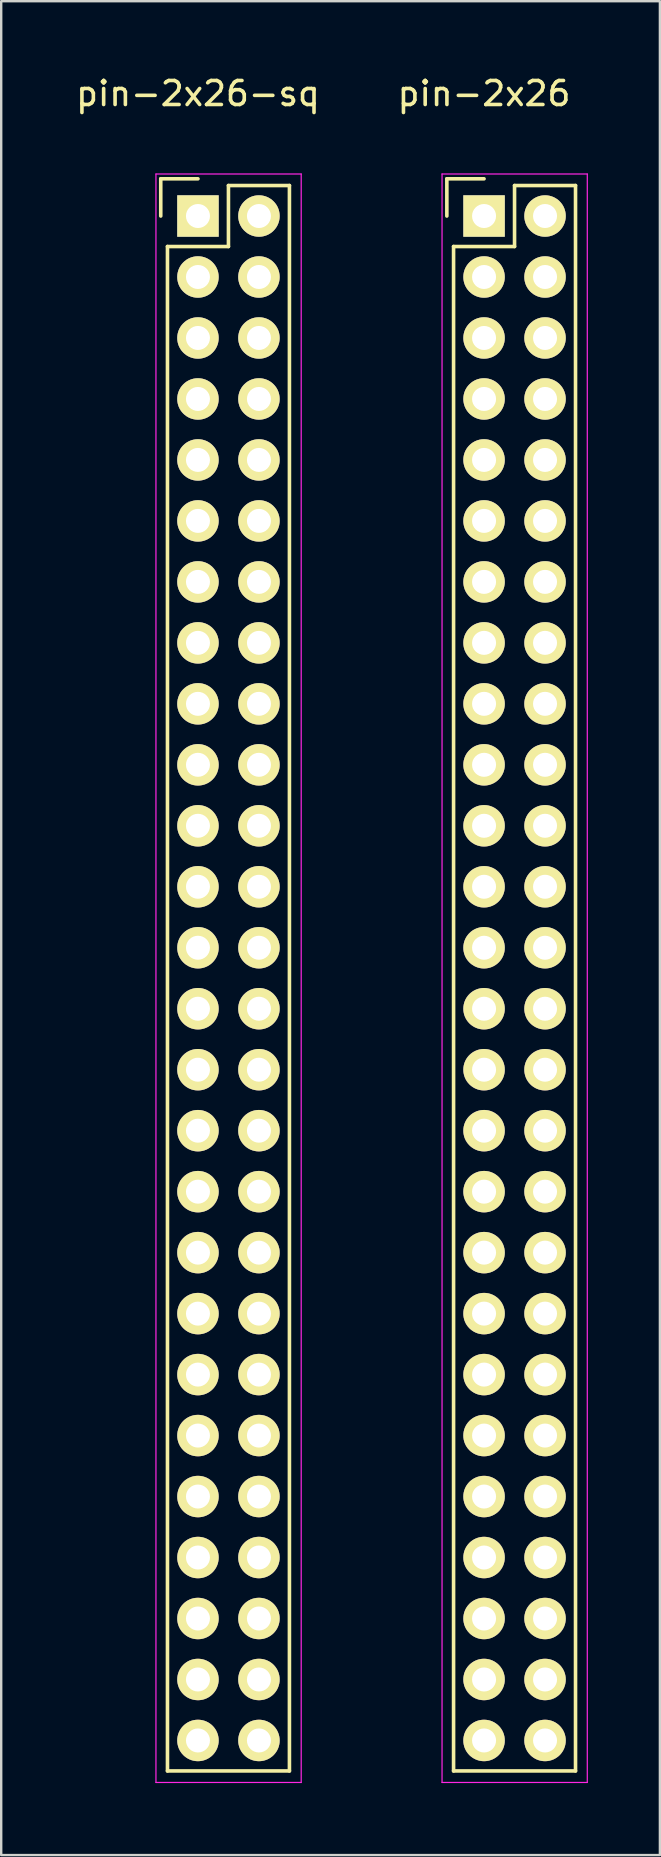
<source format=kicad_pcb>
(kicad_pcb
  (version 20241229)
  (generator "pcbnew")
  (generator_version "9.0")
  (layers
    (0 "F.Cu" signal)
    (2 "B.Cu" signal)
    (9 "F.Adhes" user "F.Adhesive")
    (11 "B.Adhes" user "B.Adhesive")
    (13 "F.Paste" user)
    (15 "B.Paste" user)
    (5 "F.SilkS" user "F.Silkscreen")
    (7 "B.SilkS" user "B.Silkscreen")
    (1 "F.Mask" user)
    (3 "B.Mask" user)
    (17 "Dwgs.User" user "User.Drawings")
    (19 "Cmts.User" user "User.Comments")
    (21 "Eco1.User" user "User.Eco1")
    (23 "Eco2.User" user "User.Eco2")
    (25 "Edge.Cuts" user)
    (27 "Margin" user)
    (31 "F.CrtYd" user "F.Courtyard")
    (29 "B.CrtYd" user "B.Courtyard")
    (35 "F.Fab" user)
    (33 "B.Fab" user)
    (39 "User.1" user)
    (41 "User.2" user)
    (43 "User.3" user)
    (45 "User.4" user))
  (footprint "pin-2x26-sq"
    (layer "F.Cu")
    (at 5.196 5.948)
    (property "Reference" "pin-2x26-sq" (at 0 -5.1 0) (layer "F.SilkS") (effects (font (size 1 1) (thickness 0.15))))
    (attr through_hole)
    (fp_line (start -1.55 -1.55) (end -1.55 0) (stroke (width 0.15) (type solid)) (layer "F.SilkS"))
    (fp_line (start -1.27 64.77) (end -1.27 1.27) (stroke (width 0.15) (type solid)) (layer "F.SilkS"))
    (fp_line (start 0 -1.55) (end -1.55 -1.55) (stroke (width 0.15) (type solid)) (layer "F.SilkS"))
    (fp_line (start 1.27 -1.27) (end 1.27 1.27) (stroke (width 0.15) (type solid)) (layer "F.SilkS"))
    (fp_line (start 1.27 1.27) (end -1.27 1.27) (stroke (width 0.15) (type solid)) (layer "F.SilkS"))
    (fp_line (start 3.81 -1.27) (end 1.27 -1.27) (stroke (width 0.15) (type solid)) (layer "F.SilkS"))
    (fp_line (start 3.81 -1.27) (end 3.81 64.77) (stroke (width 0.15) (type solid)) (layer "F.SilkS"))
    (fp_line (start 3.81 64.77) (end -1.27 64.77) (stroke (width 0.15) (type solid)) (layer "F.SilkS"))
    (fp_line (start -1.75 -1.75) (end -1.75 65.25) (stroke (width 0.05) (type solid)) (layer "F.CrtYd"))
    (fp_line (start -1.75 -1.75) (end 4.3 -1.75) (stroke (width 0.05) (type solid)) (layer "F.CrtYd"))
    (fp_line (start -1.75 65.25) (end 4.3 65.25) (stroke (width 0.05) (type solid)) (layer "F.CrtYd"))
    (fp_line (start 4.3 -1.75) (end 4.3 65.25) (stroke (width 0.05) (type solid)) (layer "F.CrtYd"))
    (pad "1" thru_hole rect (at 0 0) (size 1.727 1.727) (drill 1) (layers "*.Cu" "*.Mask" "F.SilkS"))
    (pad "2" thru_hole oval (at 2.54 0) (size 1.727 1.727) (drill 1) (layers "*.Cu" "*.Mask" "F.SilkS"))
    (pad "3" thru_hole oval (at 0 2.54) (size 1.727 1.727) (drill 1) (layers "*.Cu" "*.Mask" "F.SilkS"))
    (pad "4" thru_hole oval (at 2.54 2.54) (size 1.727 1.727) (drill 1) (layers "*.Cu" "*.Mask" "F.SilkS"))
    (pad "5" thru_hole oval (at 0 5.08) (size 1.727 1.727) (drill 1) (layers "*.Cu" "*.Mask" "F.SilkS"))
    (pad "6" thru_hole oval (at 2.54 5.08) (size 1.727 1.727) (drill 1) (layers "*.Cu" "*.Mask" "F.SilkS"))
    (pad "7" thru_hole oval (at 0 7.62) (size 1.727 1.727) (drill 1) (layers "*.Cu" "*.Mask" "F.SilkS"))
    (pad "8" thru_hole oval (at 2.54 7.62) (size 1.727 1.727) (drill 1) (layers "*.Cu" "*.Mask" "F.SilkS"))
    (pad "9" thru_hole oval (at 0 10.16) (size 1.727 1.727) (drill 1) (layers "*.Cu" "*.Mask" "F.SilkS"))
    (pad "10" thru_hole oval (at 2.54 10.16) (size 1.727 1.727) (drill 1) (layers "*.Cu" "*.Mask" "F.SilkS"))
    (pad "11" thru_hole oval (at 0 12.7) (size 1.727 1.727) (drill 1) (layers "*.Cu" "*.Mask" "F.SilkS"))
    (pad "12" thru_hole oval (at 2.54 12.7) (size 1.727 1.727) (drill 1) (layers "*.Cu" "*.Mask" "F.SilkS"))
    (pad "13" thru_hole oval (at 0 15.24) (size 1.727 1.727) (drill 1) (layers "*.Cu" "*.Mask" "F.SilkS"))
    (pad "14" thru_hole oval (at 2.54 15.24) (size 1.727 1.727) (drill 1) (layers "*.Cu" "*.Mask" "F.SilkS"))
    (pad "15" thru_hole oval (at 0 17.78) (size 1.727 1.727) (drill 1) (layers "*.Cu" "*.Mask" "F.SilkS"))
    (pad "16" thru_hole oval (at 2.54 17.78) (size 1.727 1.727) (drill 1) (layers "*.Cu" "*.Mask" "F.SilkS"))
    (pad "17" thru_hole oval (at 0 20.32) (size 1.727 1.727) (drill 1) (layers "*.Cu" "*.Mask" "F.SilkS"))
    (pad "18" thru_hole oval (at 2.54 20.32) (size 1.727 1.727) (drill 1) (layers "*.Cu" "*.Mask" "F.SilkS"))
    (pad "19" thru_hole oval (at 0 22.86) (size 1.727 1.727) (drill 1) (layers "*.Cu" "*.Mask" "F.SilkS"))
    (pad "20" thru_hole oval (at 2.54 22.86) (size 1.727 1.727) (drill 1) (layers "*.Cu" "*.Mask" "F.SilkS"))
    (pad "21" thru_hole oval (at 0 25.4) (size 1.727 1.727) (drill 1) (layers "*.Cu" "*.Mask" "F.SilkS"))
    (pad "22" thru_hole oval (at 2.54 25.4) (size 1.727 1.727) (drill 1) (layers "*.Cu" "*.Mask" "F.SilkS"))
    (pad "23" thru_hole oval (at 0 27.94) (size 1.727 1.727) (drill 1) (layers "*.Cu" "*.Mask" "F.SilkS"))
    (pad "24" thru_hole oval (at 2.54 27.94) (size 1.727 1.727) (drill 1) (layers "*.Cu" "*.Mask" "F.SilkS"))
    (pad "25" thru_hole oval (at 0 30.48) (size 1.727 1.727) (drill 1) (layers "*.Cu" "*.Mask" "F.SilkS"))
    (pad "26" thru_hole oval (at 2.54 30.48) (size 1.727 1.727) (drill 1) (layers "*.Cu" "*.Mask" "F.SilkS"))
    (pad "27" thru_hole oval (at 0 33.02) (size 1.727 1.727) (drill 1) (layers "*.Cu" "*.Mask" "F.SilkS"))
    (pad "28" thru_hole oval (at 2.54 33.02) (size 1.727 1.727) (drill 1) (layers "*.Cu" "*.Mask" "F.SilkS"))
    (pad "29" thru_hole oval (at 0 35.56) (size 1.727 1.727) (drill 1) (layers "*.Cu" "*.Mask" "F.SilkS"))
    (pad "30" thru_hole oval (at 2.54 35.56) (size 1.727 1.727) (drill 1) (layers "*.Cu" "*.Mask" "F.SilkS"))
    (pad "31" thru_hole oval (at 0 38.1) (size 1.727 1.727) (drill 1) (layers "*.Cu" "*.Mask" "F.SilkS"))
    (pad "32" thru_hole oval (at 2.54 38.1) (size 1.727 1.727) (drill 1) (layers "*.Cu" "*.Mask" "F.SilkS"))
    (pad "33" thru_hole oval (at 0 40.64) (size 1.727 1.727) (drill 1) (layers "*.Cu" "*.Mask" "F.SilkS"))
    (pad "34" thru_hole oval (at 2.54 40.64) (size 1.727 1.727) (drill 1) (layers "*.Cu" "*.Mask" "F.SilkS"))
    (pad "35" thru_hole oval (at 0 43.18) (size 1.727 1.727) (drill 1) (layers "*.Cu" "*.Mask" "F.SilkS"))
    (pad "36" thru_hole oval (at 2.54 43.18) (size 1.727 1.727) (drill 1) (layers "*.Cu" "*.Mask" "F.SilkS"))
    (pad "37" thru_hole oval (at 0 45.72) (size 1.727 1.727) (drill 1) (layers "*.Cu" "*.Mask" "F.SilkS"))
    (pad "38" thru_hole oval (at 2.54 45.72) (size 1.727 1.727) (drill 1) (layers "*.Cu" "*.Mask" "F.SilkS"))
    (pad "39" thru_hole oval (at 0 48.26) (size 1.727 1.727) (drill 1) (layers "*.Cu" "*.Mask" "F.SilkS"))
    (pad "40" thru_hole oval (at 2.54 48.26) (size 1.727 1.727) (drill 1) (layers "*.Cu" "*.Mask" "F.SilkS"))
    (pad "41" thru_hole oval (at 0 50.8) (size 1.727 1.727) (drill 1) (layers "*.Cu" "*.Mask" "F.SilkS"))
    (pad "42" thru_hole oval (at 2.54 50.8) (size 1.727 1.727) (drill 1) (layers "*.Cu" "*.Mask" "F.SilkS"))
    (pad "43" thru_hole oval (at 0 53.34) (size 1.727 1.727) (drill 1) (layers "*.Cu" "*.Mask" "F.SilkS"))
    (pad "44" thru_hole oval (at 2.54 53.34) (size 1.727 1.727) (drill 1) (layers "*.Cu" "*.Mask" "F.SilkS"))
    (pad "45" thru_hole oval (at 0 55.88) (size 1.727 1.727) (drill 1) (layers "*.Cu" "*.Mask" "F.SilkS"))
    (pad "46" thru_hole oval (at 2.54 55.88) (size 1.727 1.727) (drill 1) (layers "*.Cu" "*.Mask" "F.SilkS"))
    (pad "47" thru_hole oval (at 0 58.42) (size 1.727 1.727) (drill 1) (layers "*.Cu" "*.Mask" "F.SilkS"))
    (pad "48" thru_hole oval (at 2.54 58.42) (size 1.727 1.727) (drill 1) (layers "*.Cu" "*.Mask" "F.SilkS"))
    (pad "49" thru_hole oval (at 0 60.96) (size 1.727 1.727) (drill 1) (layers "*.Cu" "*.Mask" "F.SilkS"))
    (pad "50" thru_hole oval (at 2.54 60.96) (size 1.727 1.727) (drill 1) (layers "*.Cu" "*.Mask" "F.SilkS"))
    (pad "51" thru_hole oval (at 0 63.5) (size 1.727 1.727) (drill 1) (layers "*.Cu" "*.Mask" "F.SilkS"))
    (pad "52" thru_hole oval (at 2.54 63.5) (size 1.727 1.727) (drill 1) (layers "*.Cu" "*.Mask" "F.SilkS")))
  (footprint "pin-2x26"
    (layer "F.Cu")
    (at 17.113 5.948)
    (property "Reference" "pin-2x26" (at 0 -5.1 0) (layer "F.SilkS") (effects (font (size 1 1) (thickness 0.15))))
    (attr through_hole)
    (fp_line (start -1.55 -1.55) (end -1.55 0) (stroke (width 0.15) (type solid)) (layer "F.SilkS"))
    (fp_line (start -1.27 64.77) (end -1.27 1.27) (stroke (width 0.15) (type solid)) (layer "F.SilkS"))
    (fp_line (start 0 -1.55) (end -1.55 -1.55) (stroke (width 0.15) (type solid)) (layer "F.SilkS"))
    (fp_line (start 1.27 -1.27) (end 1.27 1.27) (stroke (width 0.15) (type solid)) (layer "F.SilkS"))
    (fp_line (start 1.27 1.27) (end -1.27 1.27) (stroke (width 0.15) (type solid)) (layer "F.SilkS"))
    (fp_line (start 3.81 -1.27) (end 1.27 -1.27) (stroke (width 0.15) (type solid)) (layer "F.SilkS"))
    (fp_line (start 3.81 -1.27) (end 3.81 64.77) (stroke (width 0.15) (type solid)) (layer "F.SilkS"))
    (fp_line (start 3.81 64.77) (end -1.27 64.77) (stroke (width 0.15) (type solid)) (layer "F.SilkS"))
    (fp_line (start -1.75 -1.75) (end -1.75 65.25) (stroke (width 0.05) (type solid)) (layer "F.CrtYd"))
    (fp_line (start -1.75 -1.75) (end 4.3 -1.75) (stroke (width 0.05) (type solid)) (layer "F.CrtYd"))
    (fp_line (start -1.75 65.25) (end 4.3 65.25) (stroke (width 0.05) (type solid)) (layer "F.CrtYd"))
    (fp_line (start 4.3 -1.75) (end 4.3 65.25) (stroke (width 0.05) (type solid)) (layer "F.CrtYd"))
    (pad "1" thru_hole rect (at 0 0) (size 1.727 1.727) (drill 1) (layers "*.Cu" "*.Mask" "F.SilkS"))
    (pad "2" thru_hole oval (at 2.54 0) (size 1.727 1.727) (drill 1) (layers "*.Cu" "*.Mask" "F.SilkS"))
    (pad "3" thru_hole oval (at 0 2.54) (size 1.727 1.727) (drill 1) (layers "*.Cu" "*.Mask" "F.SilkS"))
    (pad "4" thru_hole oval (at 2.54 2.54) (size 1.727 1.727) (drill 1) (layers "*.Cu" "*.Mask" "F.SilkS"))
    (pad "5" thru_hole oval (at 0 5.08) (size 1.727 1.727) (drill 1) (layers "*.Cu" "*.Mask" "F.SilkS"))
    (pad "6" thru_hole oval (at 2.54 5.08) (size 1.727 1.727) (drill 1) (layers "*.Cu" "*.Mask" "F.SilkS"))
    (pad "7" thru_hole oval (at 0 7.62) (size 1.727 1.727) (drill 1) (layers "*.Cu" "*.Mask" "F.SilkS"))
    (pad "8" thru_hole oval (at 2.54 7.62) (size 1.727 1.727) (drill 1) (layers "*.Cu" "*.Mask" "F.SilkS"))
    (pad "9" thru_hole oval (at 0 10.16) (size 1.727 1.727) (drill 1) (layers "*.Cu" "*.Mask" "F.SilkS"))
    (pad "10" thru_hole oval (at 2.54 10.16) (size 1.727 1.727) (drill 1) (layers "*.Cu" "*.Mask" "F.SilkS"))
    (pad "11" thru_hole oval (at 0 12.7) (size 1.727 1.727) (drill 1) (layers "*.Cu" "*.Mask" "F.SilkS"))
    (pad "12" thru_hole oval (at 2.54 12.7) (size 1.727 1.727) (drill 1) (layers "*.Cu" "*.Mask" "F.SilkS"))
    (pad "13" thru_hole oval (at 0 15.24) (size 1.727 1.727) (drill 1) (layers "*.Cu" "*.Mask" "F.SilkS"))
    (pad "14" thru_hole oval (at 2.54 15.24) (size 1.727 1.727) (drill 1) (layers "*.Cu" "*.Mask" "F.SilkS"))
    (pad "15" thru_hole oval (at 0 17.78) (size 1.727 1.727) (drill 1) (layers "*.Cu" "*.Mask" "F.SilkS"))
    (pad "16" thru_hole oval (at 2.54 17.78) (size 1.727 1.727) (drill 1) (layers "*.Cu" "*.Mask" "F.SilkS"))
    (pad "17" thru_hole oval (at 0 20.32) (size 1.727 1.727) (drill 1) (layers "*.Cu" "*.Mask" "F.SilkS"))
    (pad "18" thru_hole oval (at 2.54 20.32) (size 1.727 1.727) (drill 1) (layers "*.Cu" "*.Mask" "F.SilkS"))
    (pad "19" thru_hole oval (at 0 22.86) (size 1.727 1.727) (drill 1) (layers "*.Cu" "*.Mask" "F.SilkS"))
    (pad "20" thru_hole oval (at 2.54 22.86) (size 1.727 1.727) (drill 1) (layers "*.Cu" "*.Mask" "F.SilkS"))
    (pad "21" thru_hole oval (at 0 25.4) (size 1.727 1.727) (drill 1) (layers "*.Cu" "*.Mask" "F.SilkS"))
    (pad "22" thru_hole oval (at 2.54 25.4) (size 1.727 1.727) (drill 1) (layers "*.Cu" "*.Mask" "F.SilkS"))
    (pad "23" thru_hole oval (at 0 27.94) (size 1.727 1.727) (drill 1) (layers "*.Cu" "*.Mask" "F.SilkS"))
    (pad "24" thru_hole oval (at 2.54 27.94) (size 1.727 1.727) (drill 1) (layers "*.Cu" "*.Mask" "F.SilkS"))
    (pad "25" thru_hole oval (at 0 30.48) (size 1.727 1.727) (drill 1) (layers "*.Cu" "*.Mask" "F.SilkS"))
    (pad "26" thru_hole oval (at 2.54 30.48) (size 1.727 1.727) (drill 1) (layers "*.Cu" "*.Mask" "F.SilkS"))
    (pad "27" thru_hole oval (at 0 33.02) (size 1.727 1.727) (drill 1) (layers "*.Cu" "*.Mask" "F.SilkS"))
    (pad "28" thru_hole oval (at 2.54 33.02) (size 1.727 1.727) (drill 1) (layers "*.Cu" "*.Mask" "F.SilkS"))
    (pad "29" thru_hole oval (at 0 35.56) (size 1.727 1.727) (drill 1) (layers "*.Cu" "*.Mask" "F.SilkS"))
    (pad "30" thru_hole oval (at 2.54 35.56) (size 1.727 1.727) (drill 1) (layers "*.Cu" "*.Mask" "F.SilkS"))
    (pad "31" thru_hole oval (at 0 38.1) (size 1.727 1.727) (drill 1) (layers "*.Cu" "*.Mask" "F.SilkS"))
    (pad "32" thru_hole oval (at 2.54 38.1) (size 1.727 1.727) (drill 1) (layers "*.Cu" "*.Mask" "F.SilkS"))
    (pad "33" thru_hole oval (at 0 40.64) (size 1.727 1.727) (drill 1) (layers "*.Cu" "*.Mask" "F.SilkS"))
    (pad "34" thru_hole oval (at 2.54 40.64) (size 1.727 1.727) (drill 1) (layers "*.Cu" "*.Mask" "F.SilkS"))
    (pad "35" thru_hole oval (at 0 43.18) (size 1.727 1.727) (drill 1) (layers "*.Cu" "*.Mask" "F.SilkS"))
    (pad "36" thru_hole oval (at 2.54 43.18) (size 1.727 1.727) (drill 1) (layers "*.Cu" "*.Mask" "F.SilkS"))
    (pad "37" thru_hole oval (at 0 45.72) (size 1.727 1.727) (drill 1) (layers "*.Cu" "*.Mask" "F.SilkS"))
    (pad "38" thru_hole oval (at 2.54 45.72) (size 1.727 1.727) (drill 1) (layers "*.Cu" "*.Mask" "F.SilkS"))
    (pad "39" thru_hole oval (at 0 48.26) (size 1.727 1.727) (drill 1) (layers "*.Cu" "*.Mask" "F.SilkS"))
    (pad "40" thru_hole oval (at 2.54 48.26) (size 1.727 1.727) (drill 1) (layers "*.Cu" "*.Mask" "F.SilkS"))
    (pad "41" thru_hole oval (at 0 50.8) (size 1.727 1.727) (drill 1) (layers "*.Cu" "*.Mask" "F.SilkS"))
    (pad "42" thru_hole oval (at 2.54 50.8) (size 1.727 1.727) (drill 1) (layers "*.Cu" "*.Mask" "F.SilkS"))
    (pad "43" thru_hole oval (at 0 53.34) (size 1.727 1.727) (drill 1) (layers "*.Cu" "*.Mask" "F.SilkS"))
    (pad "44" thru_hole oval (at 2.54 53.34) (size 1.727 1.727) (drill 1) (layers "*.Cu" "*.Mask" "F.SilkS"))
    (pad "45" thru_hole oval (at 0 55.88) (size 1.727 1.727) (drill 1) (layers "*.Cu" "*.Mask" "F.SilkS"))
    (pad "46" thru_hole oval (at 2.54 55.88) (size 1.727 1.727) (drill 1) (layers "*.Cu" "*.Mask" "F.SilkS"))
    (pad "47" thru_hole oval (at 0 58.42) (size 1.727 1.727) (drill 1) (layers "*.Cu" "*.Mask" "F.SilkS"))
    (pad "48" thru_hole oval (at 2.54 58.42) (size 1.727 1.727) (drill 1) (layers "*.Cu" "*.Mask" "F.SilkS"))
    (pad "49" thru_hole oval (at 0 60.96) (size 1.727 1.727) (drill 1) (layers "*.Cu" "*.Mask" "F.SilkS"))
    (pad "50" thru_hole oval (at 2.54 60.96) (size 1.727 1.727) (drill 1) (layers "*.Cu" "*.Mask" "F.SilkS"))
    (pad "51" thru_hole oval (at 0 63.5) (size 1.727 1.727) (drill 1) (layers "*.Cu" "*.Mask" "F.SilkS"))
    (pad "52" thru_hole oval (at 2.54 63.5) (size 1.727 1.727) (drill 1) (layers "*.Cu" "*.Mask" "F.SilkS")))
  (gr_rect
    (start -3 -3)
    (end 24.438 74.223)
    (stroke (width 0.1) (type default))
    (fill no)
    (layer "Edge.Cuts")))
</source>
